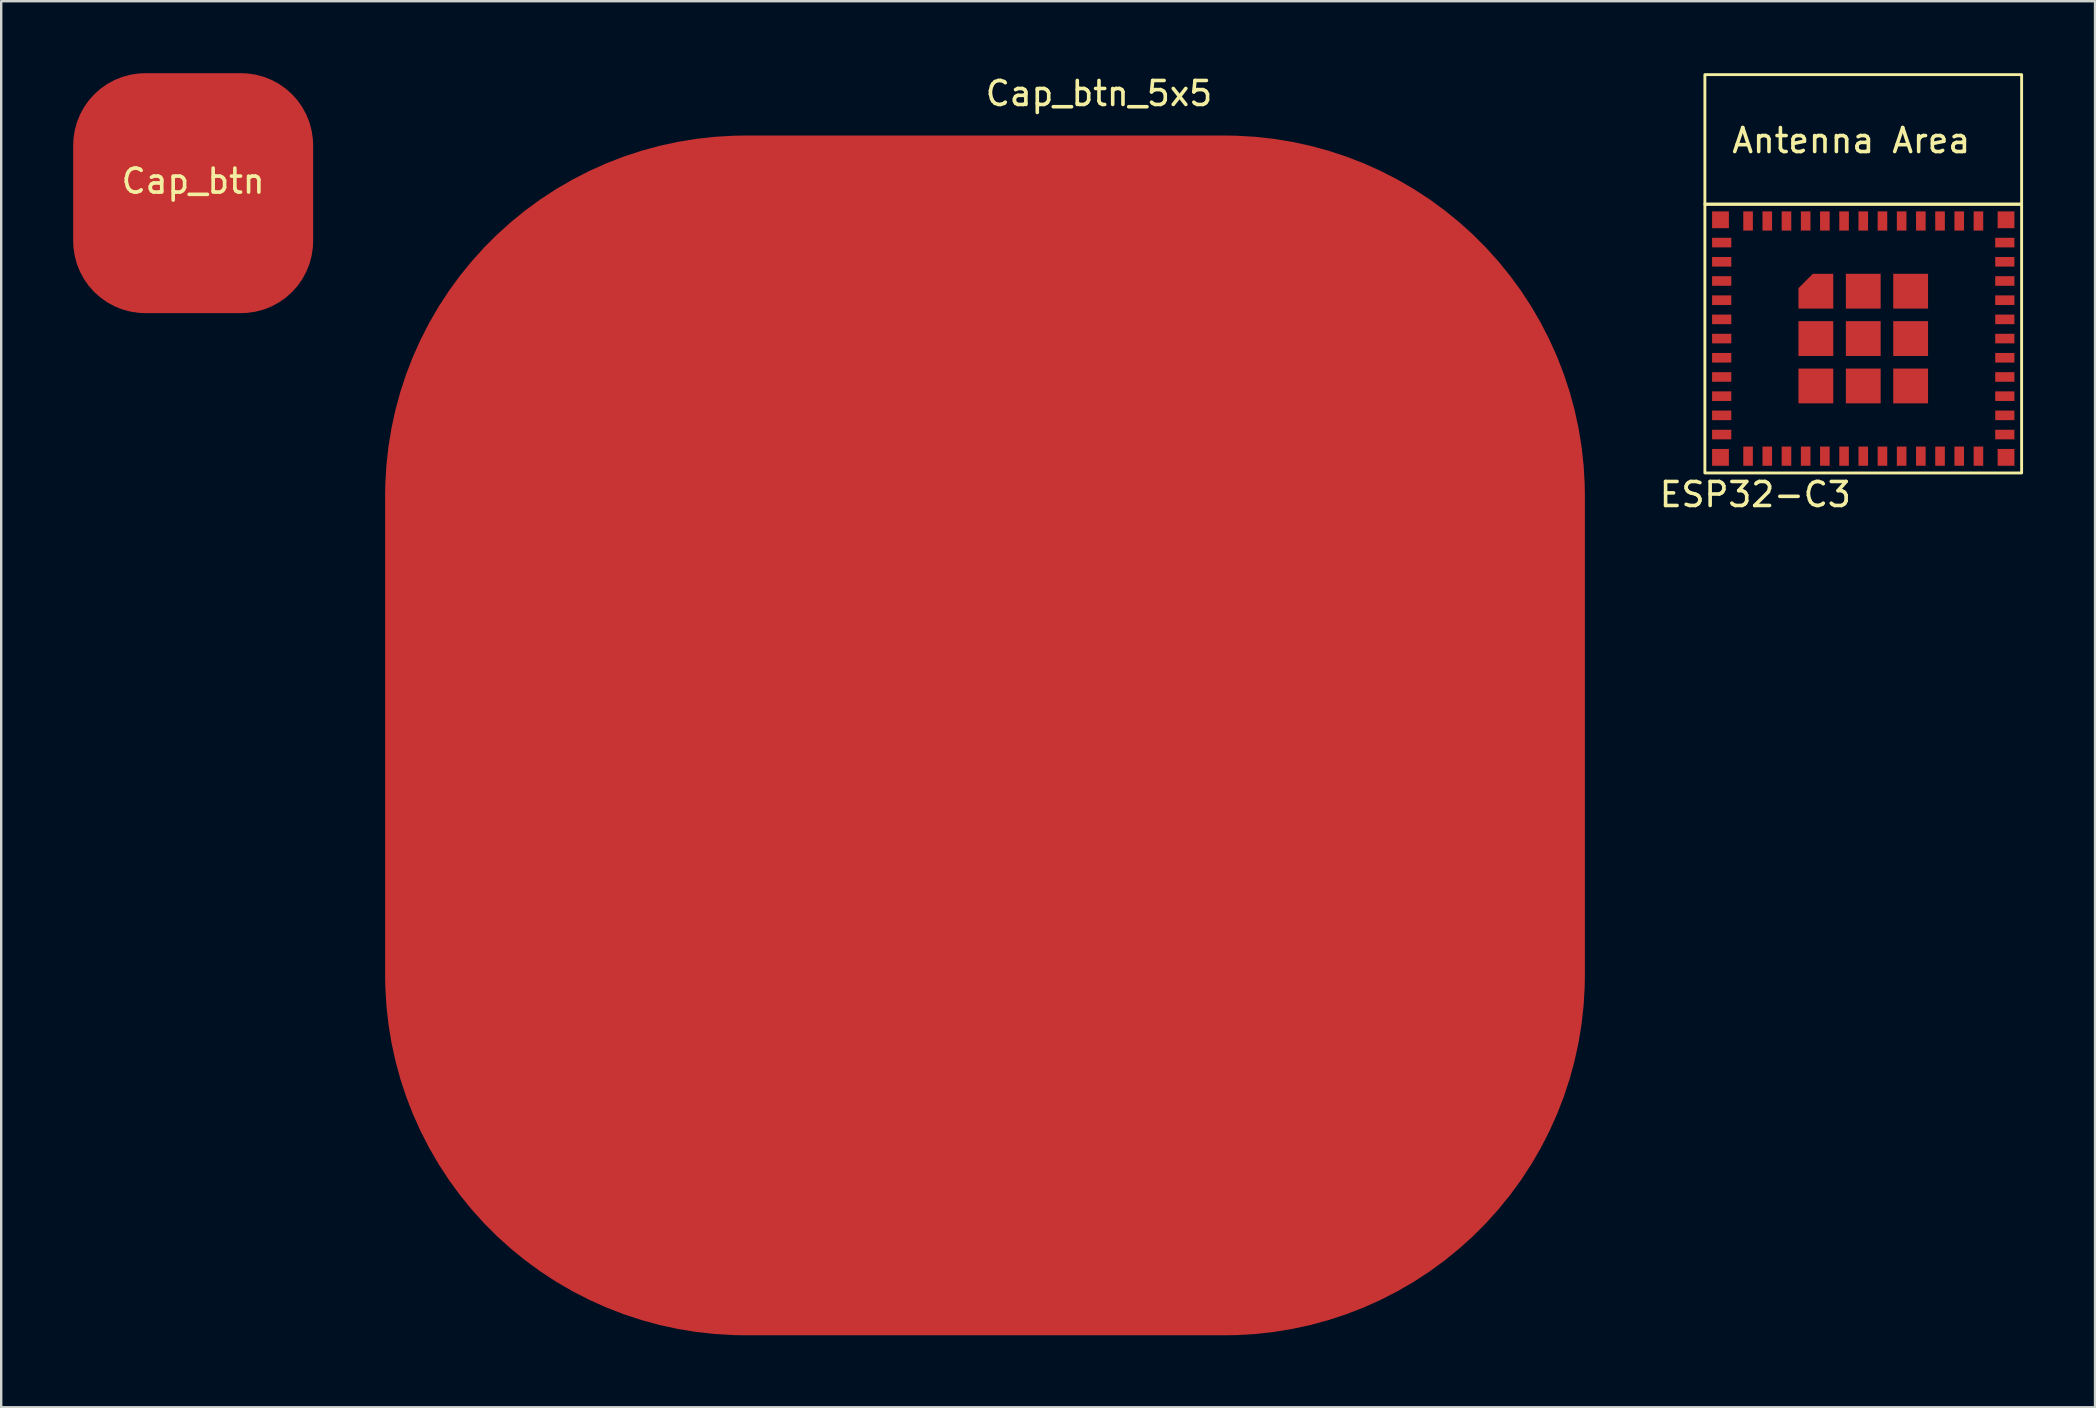
<source format=kicad_pcb>
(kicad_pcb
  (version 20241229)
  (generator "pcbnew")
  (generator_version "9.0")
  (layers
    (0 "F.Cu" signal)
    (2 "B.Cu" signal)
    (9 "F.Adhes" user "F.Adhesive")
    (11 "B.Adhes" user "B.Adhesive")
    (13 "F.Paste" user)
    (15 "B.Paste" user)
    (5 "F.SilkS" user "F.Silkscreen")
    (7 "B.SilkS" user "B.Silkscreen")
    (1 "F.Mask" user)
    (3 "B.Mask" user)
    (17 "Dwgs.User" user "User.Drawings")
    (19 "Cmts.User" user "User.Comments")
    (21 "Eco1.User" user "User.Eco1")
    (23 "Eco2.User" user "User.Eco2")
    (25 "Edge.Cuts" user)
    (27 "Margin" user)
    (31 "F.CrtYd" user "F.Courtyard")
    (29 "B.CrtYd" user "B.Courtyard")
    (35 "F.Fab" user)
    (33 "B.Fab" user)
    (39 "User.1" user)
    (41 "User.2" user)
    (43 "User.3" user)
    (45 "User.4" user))
  (footprint "Cap_btn_5x5"
    (layer "F.Cu")
    (at 38 27.598)
    (property "Reference" "Cap_btn_5x5" (at 4.75 -26.75 0) (unlocked yes) (layer "F.SilkS") (effects (font (size 1 1) (thickness 0.15))))
    (attr smd)
    (pad "1" smd roundrect (at 0 0) (size 50 50) (layers "F.Cu" "F.Mask" "F.Paste") (roundrect_rratio 0.3)))
  (footprint "ESP32-C3"
    (layer "F.Cu")
    (at 74.601 11.06)
    (property "Reference" "ESP32-C3" (at -4.5 6.5 0) (unlocked yes) (layer "F.SilkS") (effects (font (size 1 1) (thickness 0.15))))
    (attr smd)
    (fp_rect (start -6.6 -5.6) (end 6.6 -11) (stroke (width 0.12) (type solid)) (fill no) (layer "F.SilkS"))
    (fp_rect (start -6.6 -5.6) (end 6.6 5.6) (stroke (width 0.12) (type solid)) (fill no) (layer "F.SilkS"))
    (fp_text user "Antenna Area" (at -0.5 -8.25 0) (unlocked yes) (layer "F.SilkS") (effects (font (size 1 1) (thickness 0.15))))
    (pad "1" smd rect (at -5.9 -4) (size 0.8 0.4) (layers "F.Cu" "F.Mask" "F.Paste"))
    (pad "2" smd rect (at -5.9 -3.2) (size 0.8 0.4) (layers "F.Cu" "F.Mask" "F.Paste"))
    (pad "3" smd rect (at -5.9 -2.4) (size 0.8 0.4) (layers "F.Cu" "F.Mask" "F.Paste"))
    (pad "4" smd rect (at -5.9 -1.6) (size 0.8 0.4) (layers "F.Cu" "F.Mask" "F.Paste"))
    (pad "5" smd rect (at -5.9 -0.8) (size 0.8 0.4) (layers "F.Cu" "F.Mask" "F.Paste"))
    (pad "6" smd rect (at -5.9 0) (size 0.8 0.4) (layers "F.Cu" "F.Mask" "F.Paste"))
    (pad "7" smd rect (at -5.9 0.8) (size 0.8 0.4) (layers "F.Cu" "F.Mask" "F.Paste"))
    (pad "8" smd rect (at -5.9 1.6) (size 0.8 0.4) (layers "F.Cu" "F.Mask" "F.Paste"))
    (pad "9" smd rect (at -5.9 2.4) (size 0.8 0.4) (layers "F.Cu" "F.Mask" "F.Paste"))
    (pad "10" smd rect (at -5.9 3.2) (size 0.8 0.4) (layers "F.Cu" "F.Mask" "F.Paste"))
    (pad "11" smd rect (at -5.9 4) (size 0.8 0.4) (layers "F.Cu" "F.Mask" "F.Paste"))
    (pad "12" smd rect (at -4.8 4.9 90) (size 0.8 0.4) (layers "F.Cu" "F.Mask" "F.Paste"))
    (pad "13" smd rect (at -4 4.9 90) (size 0.8 0.4) (layers "F.Cu" "F.Mask" "F.Paste"))
    (pad "14" smd rect (at -3.2 4.9 90) (size 0.8 0.4) (layers "F.Cu" "F.Mask" "F.Paste"))
    (pad "15" smd rect (at -2.4 4.9 90) (size 0.8 0.4) (layers "F.Cu" "F.Mask" "F.Paste"))
    (pad "16" smd rect (at -1.6 4.9 90) (size 0.8 0.4) (layers "F.Cu" "F.Mask" "F.Paste"))
    (pad "17" smd rect (at -0.8 4.9 90) (size 0.8 0.4) (layers "F.Cu" "F.Mask" "F.Paste"))
    (pad "18" smd rect (at 0 4.9 90) (size 0.8 0.4) (layers "F.Cu" "F.Mask" "F.Paste"))
    (pad "19" smd rect (at 0.8 4.9 90) (size 0.8 0.4) (layers "F.Cu" "F.Mask" "F.Paste"))
    (pad "20" smd rect (at 1.6 4.9 90) (size 0.8 0.4) (layers "F.Cu" "F.Mask" "F.Paste"))
    (pad "21" smd rect (at 2.4 4.9 90) (size 0.8 0.4) (layers "F.Cu" "F.Mask" "F.Paste"))
    (pad "22" smd rect (at 3.2 4.9 90) (size 0.8 0.4) (layers "F.Cu" "F.Mask" "F.Paste"))
    (pad "23" smd rect (at 4 4.9 90) (size 0.8 0.4) (layers "F.Cu" "F.Mask" "F.Paste"))
    (pad "24" smd rect (at 4.8 4.9 90) (size 0.8 0.4) (layers "F.Cu" "F.Mask" "F.Paste"))
    (pad "25" smd rect (at 5.9 4) (size 0.8 0.4) (layers "F.Cu" "F.Mask" "F.Paste"))
    (pad "26" smd rect (at 5.9 3.2) (size 0.8 0.4) (layers "F.Cu" "F.Mask" "F.Paste"))
    (pad "27" smd rect (at 5.9 2.4) (size 0.8 0.4) (layers "F.Cu" "F.Mask" "F.Paste"))
    (pad "28" smd rect (at 5.9 1.6) (size 0.8 0.4) (layers "F.Cu" "F.Mask" "F.Paste"))
    (pad "29" smd rect (at 5.9 0.8) (size 0.8 0.4) (layers "F.Cu" "F.Mask" "F.Paste"))
    (pad "30" smd rect (at 5.9 0) (size 0.8 0.4) (layers "F.Cu" "F.Mask" "F.Paste"))
    (pad "31" smd rect (at 5.9 -0.8) (size 0.8 0.4) (layers "F.Cu" "F.Mask" "F.Paste"))
    (pad "32" smd rect (at 5.9 -1.6) (size 0.8 0.4) (layers "F.Cu" "F.Mask" "F.Paste"))
    (pad "33" smd rect (at 5.9 -2.4) (size 0.8 0.4) (layers "F.Cu" "F.Mask" "F.Paste"))
    (pad "34" smd rect (at 5.9 -3.2) (size 0.8 0.4) (layers "F.Cu" "F.Mask" "F.Paste"))
    (pad "35" smd rect (at 5.9 -4) (size 0.8 0.4) (layers "F.Cu" "F.Mask" "F.Paste"))
    (pad "36" smd rect (at 4.8 -4.9 90) (size 0.8 0.4) (layers "F.Cu" "F.Mask" "F.Paste"))
    (pad "37" smd rect (at 4 -4.9 90) (size 0.8 0.4) (layers "F.Cu" "F.Mask" "F.Paste"))
    (pad "38" smd rect (at 3.2 -4.9 90) (size 0.8 0.4) (layers "F.Cu" "F.Mask" "F.Paste"))
    (pad "39" smd rect (at 2.4 -4.9 90) (size 0.8 0.4) (layers "F.Cu" "F.Mask" "F.Paste"))
    (pad "40" smd rect (at 1.6 -4.9 90) (size 0.8 0.4) (layers "F.Cu" "F.Mask" "F.Paste"))
    (pad "41" smd rect (at 0.8 -4.9 90) (size 0.8 0.4) (layers "F.Cu" "F.Mask" "F.Paste"))
    (pad "42" smd rect (at 0 -4.9 90) (size 0.8 0.4) (layers "F.Cu" "F.Mask" "F.Paste"))
    (pad "43" smd rect (at -0.8 -4.9 90) (size 0.8 0.4) (layers "F.Cu" "F.Mask" "F.Paste"))
    (pad "44" smd rect (at -1.6 -4.9 90) (size 0.8 0.4) (layers "F.Cu" "F.Mask" "F.Paste"))
    (pad "45" smd rect (at -2.4 -4.9 90) (size 0.8 0.4) (layers "F.Cu" "F.Mask" "F.Paste"))
    (pad "46" smd rect (at -3.2 -4.9 90) (size 0.8 0.4) (layers "F.Cu" "F.Mask" "F.Paste"))
    (pad "47" smd rect (at -4 -4.9 90) (size 0.8 0.4) (layers "F.Cu" "F.Mask" "F.Paste"))
    (pad "48" smd rect (at -4.8 -4.9 90) (size 0.8 0.4) (layers "F.Cu" "F.Mask" "F.Paste"))
    (pad "49" smd roundrect (at -1.975 -1.975) (size 1.45 1.45) (layers "F.Cu" "F.Mask" "F.Paste") (roundrect_rratio 0) (chamfer_ratio 0.414) (chamfer top_left))
    (pad "49" smd rect (at -1.975 0) (size 1.45 1.45) (layers "F.Cu" "F.Mask" "F.Paste"))
    (pad "49" smd rect (at -1.975 1.975) (size 1.45 1.45) (layers "F.Cu" "F.Mask" "F.Paste"))
    (pad "49" smd rect (at 0 -1.975) (size 1.45 1.45) (layers "F.Cu" "F.Mask" "F.Paste"))
    (pad "49" smd rect (at 0 0) (size 1.45 1.45) (layers "F.Cu" "F.Mask" "F.Paste"))
    (pad "49" smd rect (at 0 1.975) (size 1.45 1.45) (layers "F.Cu" "F.Mask" "F.Paste"))
    (pad "49" smd rect (at 1.975 -1.975) (size 1.45 1.45) (layers "F.Cu" "F.Mask" "F.Paste"))
    (pad "49" smd rect (at 1.975 0) (size 1.45 1.45) (layers "F.Cu" "F.Mask" "F.Paste"))
    (pad "49" smd rect (at 1.975 1.975) (size 1.45 1.45) (layers "F.Cu" "F.Mask" "F.Paste"))
    (pad "50" smd rect (at 5.95 -4.95) (size 0.7 0.7) (layers "F.Cu" "F.Mask" "F.Paste"))
    (pad "51" smd rect (at 5.95 4.95) (size 0.7 0.7) (layers "F.Cu" "F.Mask" "F.Paste"))
    (pad "52" smd rect (at -5.95 4.95) (size 0.7 0.7) (layers "F.Cu" "F.Mask" "F.Paste"))
    (pad "53" smd rect (at -5.95 -4.95) (size 0.7 0.7) (layers "F.Cu" "F.Mask" "F.Paste")))
  (footprint "Cap_btn"
    (layer "F.Cu")
    (at 5 5)
    (property "Reference" "Cap_btn" (at 0 -0.5 0) (unlocked yes) (layer "F.SilkS") (effects (font (size 1 1) (thickness 0.15))))
    (attr smd)
    (pad "1" smd roundrect (at 0 0) (size 10 10) (layers "F.Cu" "F.Mask" "F.Paste") (roundrect_rratio 0.3)))
  (gr_rect
    (start -3 -3)
    (end 84.261 55.598)
    (stroke (width 0.1) (type default))
    (fill no)
    (layer "Edge.Cuts")))
</source>
